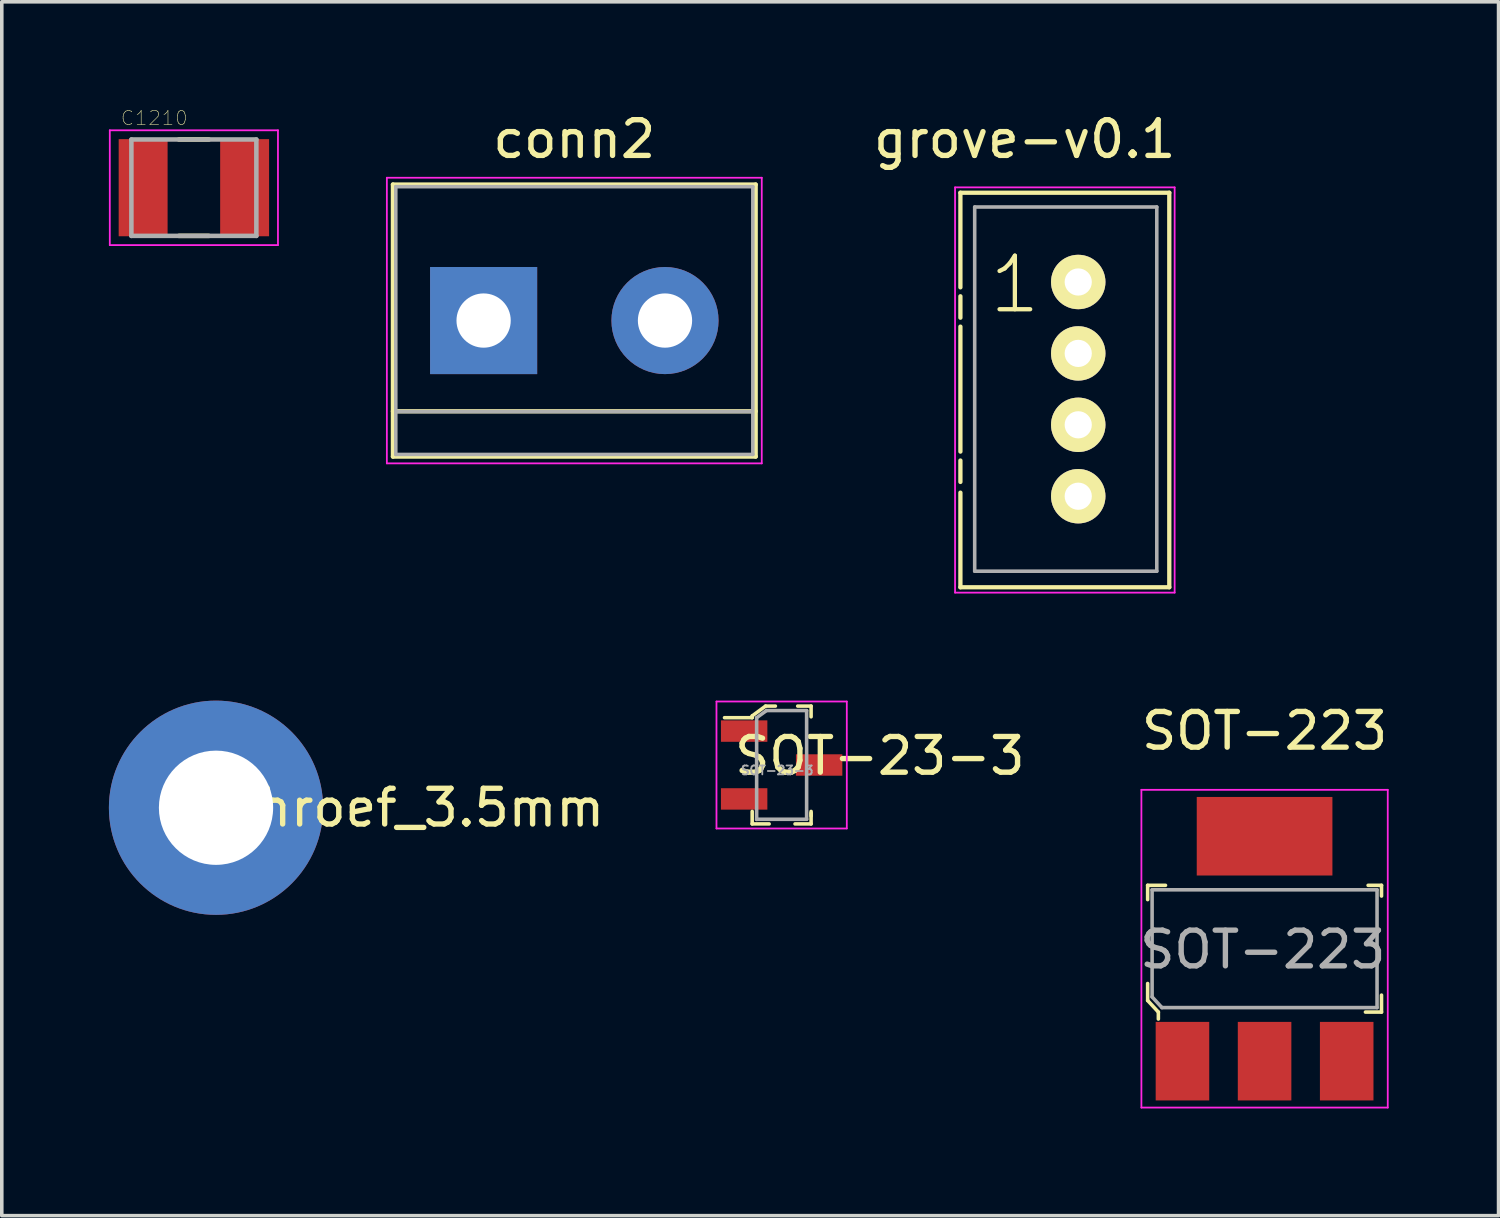
<source format=kicad_pcb>
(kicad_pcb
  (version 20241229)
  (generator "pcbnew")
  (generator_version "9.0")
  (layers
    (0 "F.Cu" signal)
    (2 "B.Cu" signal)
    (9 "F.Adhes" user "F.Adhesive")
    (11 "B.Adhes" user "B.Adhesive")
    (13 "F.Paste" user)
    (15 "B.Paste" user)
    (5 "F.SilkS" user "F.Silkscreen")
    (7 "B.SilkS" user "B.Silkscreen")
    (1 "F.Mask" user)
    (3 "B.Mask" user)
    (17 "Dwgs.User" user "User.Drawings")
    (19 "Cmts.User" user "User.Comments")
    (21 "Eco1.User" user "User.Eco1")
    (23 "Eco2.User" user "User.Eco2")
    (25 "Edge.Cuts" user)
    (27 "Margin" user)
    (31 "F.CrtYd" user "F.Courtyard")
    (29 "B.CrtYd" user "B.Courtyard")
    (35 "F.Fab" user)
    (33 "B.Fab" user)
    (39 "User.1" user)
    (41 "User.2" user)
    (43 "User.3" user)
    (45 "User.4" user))
  (footprint "conn2"
    (layer "F.Cu")
    (at 10.495 5.928)
    (property "Reference" "conn2" (at 2.54 -5.08 0) (layer "F.SilkS") (effects (font (size 1 1) (thickness 0.15))))
    (attr through_hole)
    (fp_line (start -2.54 -3.81) (end -2.54 3.81) (stroke (width 0.12) (type solid)) (layer "F.SilkS"))
    (fp_line (start -2.54 3.81) (end 7.62 3.81) (stroke (width 0.12) (type solid)) (layer "F.SilkS"))
    (fp_line (start 7.62 -3.81) (end -2.54 -3.81) (stroke (width 0.12) (type solid)) (layer "F.SilkS"))
    (fp_line (start 7.62 2.54) (end -2.54 2.54) (stroke (width 0.12) (type solid)) (layer "F.SilkS"))
    (fp_line (start 7.62 3.81) (end 7.62 -3.81) (stroke (width 0.12) (type solid)) (layer "F.SilkS"))
    (fp_line (start -2.71 -4) (end -2.71 4) (stroke (width 0.05) (type solid)) (layer "F.CrtYd"))
    (fp_line (start -2.71 -4) (end 7.79 -4) (stroke (width 0.05) (type solid)) (layer "F.CrtYd"))
    (fp_line (start 7.79 4) (end -2.71 4) (stroke (width 0.05) (type solid)) (layer "F.CrtYd"))
    (fp_line (start 7.79 4) (end 7.79 -4) (stroke (width 0.05) (type solid)) (layer "F.CrtYd"))
    (fp_line (start -2.46 -3.75) (end -2.46 3.75) (stroke (width 0.1) (type solid)) (layer "F.Fab"))
    (fp_line (start -2.46 3.75) (end 7.54 3.75) (stroke (width 0.1) (type solid)) (layer "F.Fab"))
    (fp_line (start -2.41 2.55) (end 7.49 2.55) (stroke (width 0.1) (type solid)) (layer "F.Fab"))
    (fp_line (start 7.54 -3.75) (end -2.46 -3.75) (stroke (width 0.1) (type solid)) (layer "F.Fab"))
    (fp_line (start 7.54 3.75) (end 7.54 -3.75) (stroke (width 0.1) (type solid)) (layer "F.Fab"))
    (pad "1" thru_hole rect (at 0 0) (size 3 3) (drill 1.52) (layers "*.Cu" "*.Mask"))
    (pad "2" thru_hole circle (at 5.08 0) (size 3 3) (drill 1.52) (layers "*.Cu" "*.Mask")))
  (footprint "C1210"
    (layer "F.Cu")
    (at 2.38 2.207)
    (property "Reference" "C1210" (at -1.11 -1.95 0) (layer "F.SilkS") (effects (font (size 0.394 0.394) (thickness 0.015))))
    (attr through_hole)
    (fp_line (start -0.42 -1.35) (end 0.42 -1.35) (stroke (width 0.127) (type solid)) (layer "F.SilkS"))
    (fp_line (start -0.42 1.35) (end 0.42 1.35) (stroke (width 0.127) (type solid)) (layer "F.SilkS"))
    (fp_line (start -2.355 -1.608) (end 2.355 -1.608) (stroke (width 0.05) (type solid)) (layer "F.CrtYd"))
    (fp_line (start -2.355 1.608) (end -2.355 -1.608) (stroke (width 0.05) (type solid)) (layer "F.CrtYd"))
    (fp_line (start -2.355 1.608) (end 2.355 1.608) (stroke (width 0.05) (type solid)) (layer "F.CrtYd"))
    (fp_line (start 2.355 1.608) (end 2.355 -1.608) (stroke (width 0.05) (type solid)) (layer "F.CrtYd"))
    (fp_line (start -1.75 1.35) (end -1.75 -1.35) (stroke (width 0.127) (type solid)) (layer "F.Fab"))
    (fp_line (start 1.75 -1.35) (end -1.75 -1.35) (stroke (width 0.127) (type solid)) (layer "F.Fab"))
    (fp_line (start 1.75 1.35) (end -1.75 1.35) (stroke (width 0.127) (type solid)) (layer "F.Fab"))
    (fp_line (start 1.75 1.35) (end 1.75 -1.35) (stroke (width 0.127) (type solid)) (layer "F.Fab"))
    (pad "1" smd rect (at -1.421 0) (size 1.37 2.72) (layers "F.Cu" "F.Mask" "F.Paste"))
    (pad "2" smd rect (at 1.421 0) (size 1.37 2.72) (layers "F.Cu" "F.Mask" "F.Paste")))
  (footprint "grove-v0.1"
    (layer "F.Cu")
    (at 27.149 4.848)
    (property "Reference" "grove-v0.1" (at -1.5 -4 0) (layer "F.SilkS") (effects (font (size 1 1) (thickness 0.15))))
    (attr through_hole)
    (fp_line (start -3.3 -2.5) (end -3.3 0.15) (stroke (width 0.12) (type solid)) (layer "F.SilkS"))
    (fp_line (start -3.3 -2.5) (end 2.55 -2.5) (stroke (width 0.12) (type solid)) (layer "F.SilkS"))
    (fp_line (start -3.3 0.4) (end -3.3 1) (stroke (width 0.12) (type solid)) (layer "F.SilkS"))
    (fp_line (start -3.3 1.25) (end -3.3 4.75) (stroke (width 0.12) (type solid)) (layer "F.SilkS"))
    (fp_line (start -3.3 5) (end -3.3 5.6) (stroke (width 0.12) (type solid)) (layer "F.SilkS"))
    (fp_line (start -3.3 5.9) (end -3.3 8.55) (stroke (width 0.12) (type solid)) (layer "F.SilkS"))
    (fp_line (start -3.3 8.55) (end 2.55 8.55) (stroke (width 0.12) (type solid)) (layer "F.SilkS"))
    (fp_line (start 2.55 -2.5) (end 2.55 8.55) (stroke (width 0.12) (type solid)) (layer "F.SilkS"))
    (fp_line (start -3.45 -2.65) (end -3.45 8.7) (stroke (width 0.05) (type solid)) (layer "F.CrtYd"))
    (fp_line (start -3.45 -2.65) (end 2.7 -2.65) (stroke (width 0.05) (type solid)) (layer "F.CrtYd"))
    (fp_line (start -3.45 8.7) (end 2.7 8.7) (stroke (width 0.05) (type solid)) (layer "F.CrtYd"))
    (fp_line (start 2.7 8.7) (end 2.7 -2.65) (stroke (width 0.05) (type solid)) (layer "F.CrtYd"))
    (fp_line (start -2.9 -2.1) (end 2.2 -2.1) (stroke (width 0.1) (type solid)) (layer "F.Fab"))
    (fp_line (start -2.9 8.1) (end -2.9 -2.1) (stroke (width 0.1) (type solid)) (layer "F.Fab"))
    (fp_line (start 2.2 -2.1) (end 2.2 8.1) (stroke (width 0.1) (type solid)) (layer "F.Fab"))
    (fp_line (start 2.2 8.1) (end -2.9 8.1) (stroke (width 0.1) (type solid)) (layer "F.Fab"))
    (fp_text user "1" (at -1.775 0.075 0) (layer "F.SilkS") (effects (font (size 1.5 1.5) (thickness 0.12))))
    (pad "1" thru_hole circle (at 0 0) (size 1.524 1.524) (drill 0.762) (layers "*.Cu" "*.Mask" "F.SilkS"))
    (pad "2" thru_hole circle (at 0 2) (size 1.524 1.524) (drill 0.762) (layers "*.Cu" "*.Mask" "F.SilkS"))
    (pad "3" thru_hole circle (at 0 4) (size 1.524 1.524) (drill 0.762) (layers "*.Cu" "*.Mask" "F.SilkS"))
    (pad "4" thru_hole circle (at 0 6) (size 1.524 1.524) (drill 0.762) (layers "*.Cu" "*.Mask" "F.SilkS")))
  (footprint "SOT-23-3"
    (layer "F.Cu")
    (at 18.842 18.376)
    (property "Reference" "SOT-23-3" (at 2.75 -0.254 0) (layer "F.SilkS") (effects (font (size 1 1) (thickness 0.15))))
    (attr smd)
    (fp_line (start -0.825 -1.375) (end -0.825 -1.325) (stroke (width 0.1) (type solid)) (layer "F.SilkS"))
    (fp_line (start -0.825 -1.325) (end -1.6 -1.325) (stroke (width 0.1) (type solid)) (layer "F.SilkS"))
    (fp_line (start -0.825 1.65) (end -0.825 1.3) (stroke (width 0.1) (type solid)) (layer "F.SilkS"))
    (fp_line (start -0.45 -1.65) (end -0.825 -1.375) (stroke (width 0.1) (type solid)) (layer "F.SilkS"))
    (fp_line (start -0.35 1.65) (end -0.825 1.65) (stroke (width 0.1) (type solid)) (layer "F.SilkS"))
    (fp_line (start -0.175 -1.65) (end -0.45 -1.65) (stroke (width 0.1) (type solid)) (layer "F.SilkS"))
    (fp_line (start 0.45 -1.65) (end 0.825 -1.65) (stroke (width 0.1) (type solid)) (layer "F.SilkS"))
    (fp_line (start 0.825 -1.65) (end 0.825 -1.35) (stroke (width 0.1) (type solid)) (layer "F.SilkS"))
    (fp_line (start 0.825 1.35) (end 0.825 1.65) (stroke (width 0.1) (type solid)) (layer "F.SilkS"))
    (fp_line (start 0.825 1.425) (end 0.825 1.3) (stroke (width 0.1) (type solid)) (layer "F.SilkS"))
    (fp_line (start 0.825 1.65) (end 0.375 1.65) (stroke (width 0.1) (type solid)) (layer "F.SilkS"))
    (fp_line (start -1.825 -1.778) (end -1.825 1.778) (stroke (width 0.05) (type solid)) (layer "F.CrtYd"))
    (fp_line (start -1.825 -1.778) (end 1.825 -1.778) (stroke (width 0.05) (type solid)) (layer "F.CrtYd"))
    (fp_line (start 1.825 -1.778) (end 1.825 1.778) (stroke (width 0.05) (type solid)) (layer "F.CrtYd"))
    (fp_line (start 1.825 1.778) (end -1.825 1.778) (stroke (width 0.05) (type solid)) (layer "F.CrtYd"))
    (fp_line (start -0.7 -1.325) (end -0.7 1.525) (stroke (width 0.1) (type solid)) (layer "F.Fab"))
    (fp_line (start -0.7 1.52) (end 0.7 1.52) (stroke (width 0.1) (type solid)) (layer "F.Fab"))
    (fp_line (start -0.425 -1.525) (end -0.7 -1.325) (stroke (width 0.1) (type solid)) (layer "F.Fab"))
    (fp_line (start -0.425 -1.525) (end 0.7 -1.525) (stroke (width 0.1) (type solid)) (layer "F.Fab"))
    (fp_line (start 0.7 1.52) (end 0.7 -1.52) (stroke (width 0.1) (type solid)) (layer "F.Fab"))
    (fp_text user "${REFERENCE}" (at -0.125 0.15 0) (layer "F.Fab") (effects (font (size 0.25 0.25) (thickness 0.05))))
    (pad "1" smd rect (at -1.05 -0.95) (size 1.3 0.6) (layers "F.Cu" "F.Mask" "F.Paste"))
    (pad "2" smd rect (at -1.05 0.95) (size 1.3 0.6) (layers "F.Cu" "F.Mask" "F.Paste"))
    (pad "3" smd rect (at 1.05 0) (size 1.3 0.6) (layers "F.Cu" "F.Mask" "F.Paste")))
  (footprint "SOT-223"
    (layer "F.Cu")
    (at 32.368 23.521)
    (property "Reference" "SOT-223" (at 0 -6.1 0) (layer "F.SilkS") (effects (font (size 1 1) (thickness 0.15))))
    (attr smd)
    (fp_line (start -3.275 -1.775) (end -3.275 -1.375) (stroke (width 0.1) (type solid)) (layer "F.SilkS"))
    (fp_line (start -3.275 0.975) (end -3.275 1.45) (stroke (width 0.1) (type solid)) (layer "F.SilkS"))
    (fp_line (start -3.275 1.45) (end -2.975 1.775) (stroke (width 0.1) (type solid)) (layer "F.SilkS"))
    (fp_line (start -2.975 1.775) (end -2.975 1.97) (stroke (width 0.1) (type solid)) (layer "F.SilkS"))
    (fp_line (start -2.775 -1.775) (end -3.275 -1.775) (stroke (width 0.1) (type solid)) (layer "F.SilkS"))
    (fp_line (start 2.9 -1.775) (end 3.275 -1.775) (stroke (width 0.1) (type solid)) (layer "F.SilkS"))
    (fp_line (start 3.275 -1.775) (end 3.275 -1.475) (stroke (width 0.1) (type solid)) (layer "F.SilkS"))
    (fp_line (start 3.275 1.3) (end 3.275 1.775) (stroke (width 0.1) (type solid)) (layer "F.SilkS"))
    (fp_line (start 3.275 1.775) (end 2.825 1.775) (stroke (width 0.1) (type solid)) (layer "F.SilkS"))
    (fp_line (start -3.45 -4.45) (end -3.45 4.45) (stroke (width 0.05) (type solid)) (layer "F.CrtYd"))
    (fp_line (start -3.45 4.45) (end 3.45 4.45) (stroke (width 0.05) (type solid)) (layer "F.CrtYd"))
    (fp_line (start 3.45 -4.45) (end -3.45 -4.45) (stroke (width 0.05) (type solid)) (layer "F.CrtYd"))
    (fp_line (start 3.45 -4.45) (end 3.45 4.45) (stroke (width 0.05) (type solid)) (layer "F.CrtYd"))
    (fp_line (start -3.15 -1.65) (end 3.15 -1.65) (stroke (width 0.1) (type solid)) (layer "F.Fab"))
    (fp_line (start -3.15 1.35) (end -3.15 -1.65) (stroke (width 0.1) (type solid)) (layer "F.Fab"))
    (fp_line (start -3.15 1.35) (end -2.875 1.65) (stroke (width 0.1) (type solid)) (layer "F.Fab"))
    (fp_line (start 3.15 -1.65) (end 3.15 1.65) (stroke (width 0.1) (type solid)) (layer "F.Fab"))
    (fp_line (start 3.15 1.65) (end -2.875 1.65) (stroke (width 0.1) (type solid)) (layer "F.Fab"))
    (fp_text user "${REFERENCE}" (at -0.05 0.025 0) (layer "F.Fab") (effects (font (size 1 1) (thickness 0.15))))
    (pad "1" smd rect (at -2.3 3.15) (size 1.5 2.2) (layers "F.Cu" "F.Mask" "F.Paste"))
    (pad "2" smd rect (at 0 3.15) (size 1.5 2.2) (layers "F.Cu" "F.Mask" "F.Paste"))
    (pad "3" smd rect (at 2.3 3.15) (size 1.5 2.2) (layers "F.Cu" "F.Mask" "F.Paste"))
    (pad "4" smd rect (at 0 -3.15) (size 3.8 2.2) (layers "F.Cu" "F.Mask" "F.Paste")))
  (footprint "schroef_3.5mm"
    (layer "F.Cu")
    (at 3 19.573)
    (property "Reference" "schroef_3.5mm" (at 5.2 0 0) (layer "F.SilkS") (effects (font (size 1 1) (thickness 0.15))))
    (attr through_hole)
    (pad "1" thru_hole circle (at 0 0) (size 6 6) (drill 3.2) (layers "*.Cu" "*.Mask")))
  (gr_rect
    (start -3 -3)
    (end 38.921 30.997)
    (stroke (width 0.1) (type default))
    (fill no)
    (layer "Edge.Cuts")))
</source>
